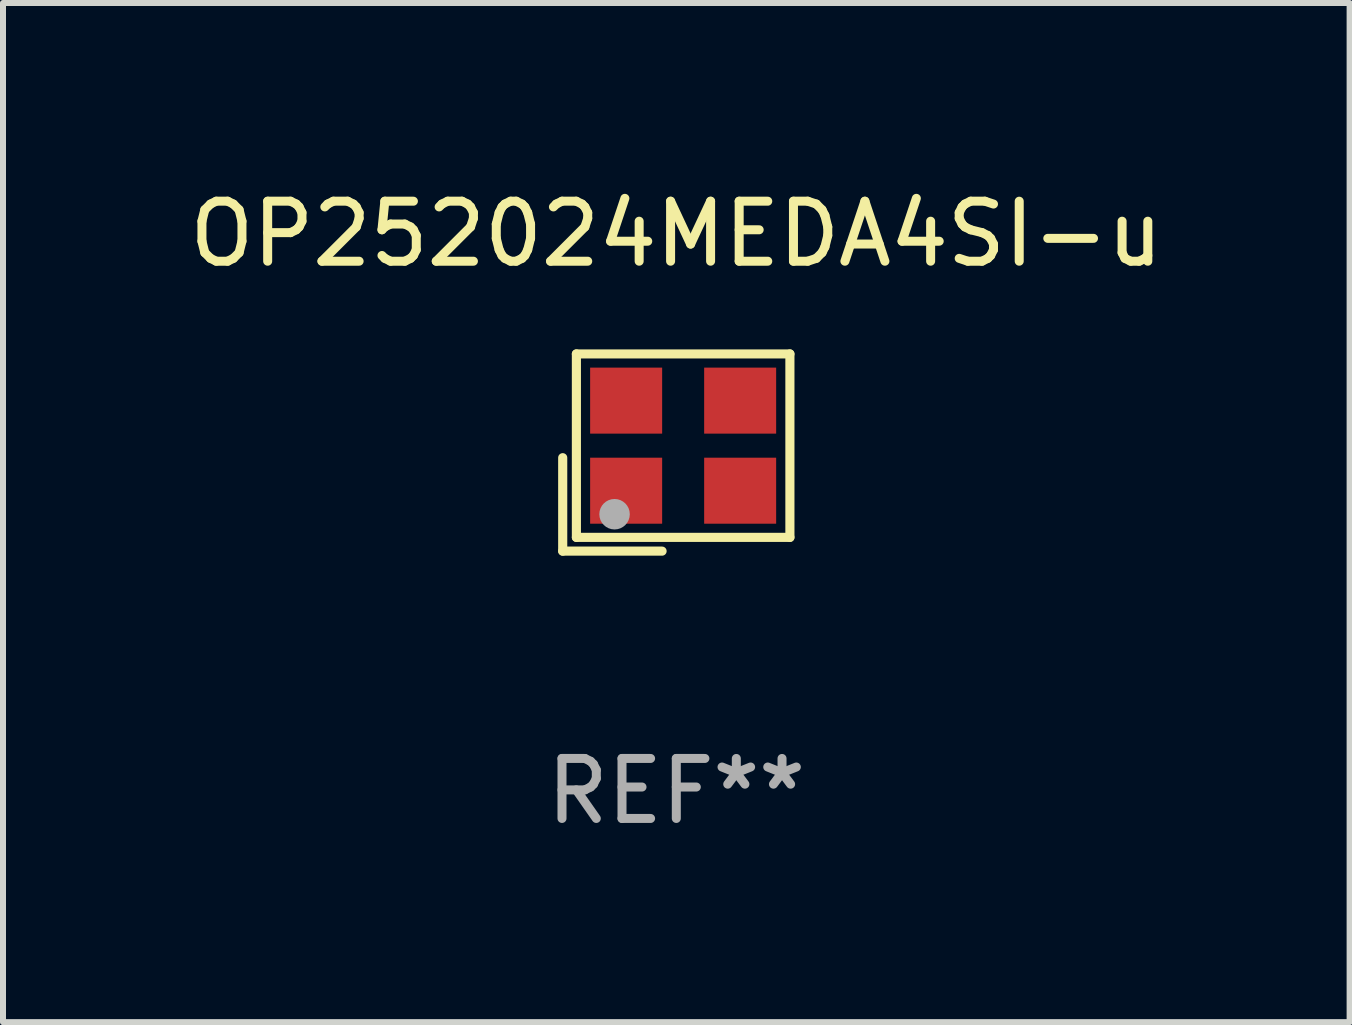
<source format=kicad_pcb>
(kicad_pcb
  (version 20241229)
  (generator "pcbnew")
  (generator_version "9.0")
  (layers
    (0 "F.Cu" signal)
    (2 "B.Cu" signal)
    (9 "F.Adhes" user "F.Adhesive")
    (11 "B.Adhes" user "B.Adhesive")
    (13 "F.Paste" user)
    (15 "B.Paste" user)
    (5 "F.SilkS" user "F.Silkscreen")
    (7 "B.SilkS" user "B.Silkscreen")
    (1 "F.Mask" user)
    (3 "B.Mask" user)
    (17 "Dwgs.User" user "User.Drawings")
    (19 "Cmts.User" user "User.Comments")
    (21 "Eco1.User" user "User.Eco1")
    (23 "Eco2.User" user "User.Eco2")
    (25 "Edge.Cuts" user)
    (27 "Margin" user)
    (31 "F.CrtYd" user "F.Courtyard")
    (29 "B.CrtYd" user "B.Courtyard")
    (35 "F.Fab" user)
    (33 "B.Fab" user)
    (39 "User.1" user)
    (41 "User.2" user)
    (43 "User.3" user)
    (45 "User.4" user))
  (footprint "OP252024MEDA4SI-u"
    (layer "F.Cu")
    (at 8.22 4.491)
    (property "Reference" "OP252024MEDA4SI-u" (at 0 -3.643 0) (layer "F.SilkS") (effects (font (size 1 1) (thickness 0.15))))
    (attr through_hole)
    (fp_line (start -1.893 0.086) (end -1.893 1.643) (stroke (width 0.152) (type solid)) (layer "F.SilkS"))
    (fp_line (start -1.893 1.643) (end -0.237 1.643) (stroke (width 0.152) (type solid)) (layer "F.SilkS"))
    (fp_line (start -1.665 -1.643) (end 1.893 -1.643) (stroke (width 0.152) (type solid)) (layer "F.SilkS"))
    (fp_line (start -1.665 1.414) (end -1.665 -1.643) (stroke (width 0.152) (type solid)) (layer "F.SilkS"))
    (fp_line (start 1.893 -1.643) (end 1.893 1.414) (stroke (width 0.152) (type solid)) (layer "F.SilkS"))
    (fp_line (start 1.893 1.414) (end -1.665 1.414) (stroke (width 0.152) (type solid)) (layer "F.SilkS"))
    (fp_circle (center -1.136 0.885) (end -1.106 0.885) (stroke (width 0.06) (type solid)) (fill no) (layer "F.SilkS"))
    (fp_circle (center -1.029 1.028) (end -0.902 1.028) (stroke (width 0.254) (type solid)) (fill no) (layer "F.Fab"))
    (fp_text user "REF**" (at 0 5.643 0) (layer "F.Fab") (effects (font (size 1 1) (thickness 0.15))))
    (pad "1" smd rect (at -0.836 0.636) (size 1.2 1.1) (layers "F.Cu" "F.Mask" "F.Paste"))
    (pad "2" smd rect (at 1.064 0.636) (size 1.2 1.1) (layers "F.Cu" "F.Mask" "F.Paste"))
    (pad "3" smd rect (at 1.064 -0.865) (size 1.2 1.1) (layers "F.Cu" "F.Mask" "F.Paste"))
    (pad "4" smd rect (at -0.836 -0.865) (size 1.2 1.1) (layers "F.Cu" "F.Mask" "F.Paste")))
  (gr_rect
    (start -3 -3)
    (end 19.44 13.983)
    (stroke (width 0.1) (type default))
    (fill no)
    (layer "Edge.Cuts")))
</source>
